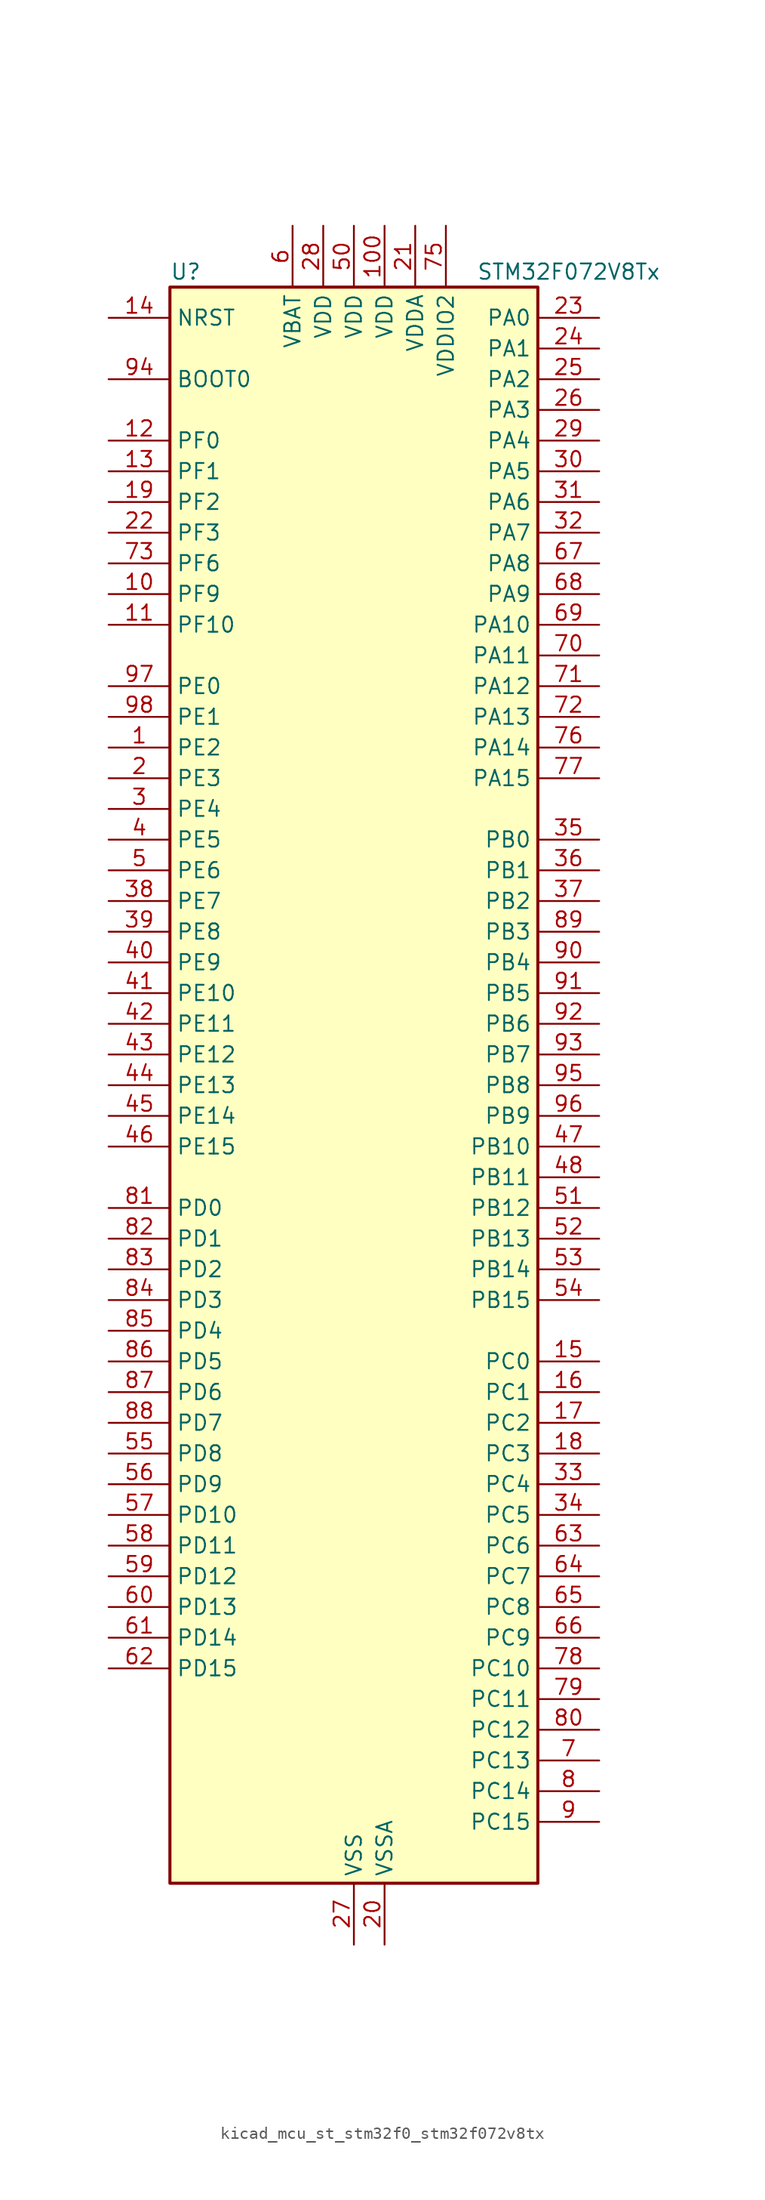
<source format=kicad_sym>
(kicad_symbol_lib
  (version 20220914)
  (generator kicad_symbol_editor)
  (symbol "kicad_mcu_st_stm32f0_stm32f072v8tx"
    (property "Reference" "U"
      (at -15.24 67.31 0)
      (effects (font (size 1.27 1.27)) (justify left)))
    (property "Value" "STM32F072V8Tx"
      (at 10.16 67.31 0)
      (effects (font (size 1.27 1.27)) (justify left)))
    (property "ki_locked" ""
      (at 0 0 0)
      (effects (font (size 1.27 1.27))))
    (symbol "kicad_mcu_st_stm32f0_stm32f072v8tx_0_1"
      (rectangle (start -15.24 -66.04) (end 15.24 66.04) (stroke (width 0.254) (type default)) (fill (type background))))
    (symbol "kicad_mcu_st_stm32f0_stm32f072v8tx_1_1"
      (pin bidirectional line (at -20.32 27.94 0) (length 5.08) (name "PE2" (effects (font (size 1.27 1.27)))) (number "1" (effects (font (size 1.27 1.27)))) (alternate "TIM3_ETR" bidirectional line) (alternate "TSC_G7_IO1" bidirectional line))
      (pin bidirectional line (at -20.32 40.64 0) (length 5.08) (name "PF9" (effects (font (size 1.27 1.27)))) (number "10" (effects (font (size 1.27 1.27)))) (alternate "DAC_EXTI9" bidirectional line) (alternate "TIM15_CH1" bidirectional line))
      (pin power_in line (at 2.54 71.12 270) (length 5.08) (name "VDD" (effects (font (size 1.27 1.27)))) (number "100" (effects (font (size 1.27 1.27)))))
      (pin bidirectional line (at -20.32 38.1 0) (length 5.08) (name "PF10" (effects (font (size 1.27 1.27)))) (number "11" (effects (font (size 1.27 1.27)))) (alternate "TIM15_CH2" bidirectional line))
      (pin bidirectional line (at -20.32 53.34 0) (length 5.08) (name "PF0" (effects (font (size 1.27 1.27)))) (number "12" (effects (font (size 1.27 1.27)))) (alternate "CRS_SYNC" bidirectional line) (alternate "RCC_OSC_IN" bidirectional line))
      (pin bidirectional line (at -20.32 50.8 0) (length 5.08) (name "PF1" (effects (font (size 1.27 1.27)))) (number "13" (effects (font (size 1.27 1.27)))) (alternate "RCC_OSC_OUT" bidirectional line))
      (pin input line (at -20.32 63.5 0) (length 5.08) (name "NRST" (effects (font (size 1.27 1.27)))) (number "14" (effects (font (size 1.27 1.27)))))
      (pin bidirectional line (at 20.32 -22.86 180) (length 5.08) (name "PC0" (effects (font (size 1.27 1.27)))) (number "15" (effects (font (size 1.27 1.27)))) (alternate "ADC_IN10" bidirectional line))
      (pin bidirectional line (at 20.32 -25.4 180) (length 5.08) (name "PC1" (effects (font (size 1.27 1.27)))) (number "16" (effects (font (size 1.27 1.27)))) (alternate "ADC_IN11" bidirectional line))
      (pin bidirectional line (at 20.32 -27.94 180) (length 5.08) (name "PC2" (effects (font (size 1.27 1.27)))) (number "17" (effects (font (size 1.27 1.27)))) (alternate "ADC_IN12" bidirectional line) (alternate "I2S2_MCK" bidirectional line) (alternate "SPI2_MISO" bidirectional line))
      (pin bidirectional line (at 20.32 -30.48 180) (length 5.08) (name "PC3" (effects (font (size 1.27 1.27)))) (number "18" (effects (font (size 1.27 1.27)))) (alternate "ADC_IN13" bidirectional line) (alternate "I2S2_SD" bidirectional line) (alternate "SPI2_MOSI" bidirectional line))
      (pin bidirectional line (at -20.32 48.26 0) (length 5.08) (name "PF2" (effects (font (size 1.27 1.27)))) (number "19" (effects (font (size 1.27 1.27)))) (alternate "SYS_WKUP8" bidirectional line))
      (pin bidirectional line (at -20.32 25.4 0) (length 5.08) (name "PE3" (effects (font (size 1.27 1.27)))) (number "2" (effects (font (size 1.27 1.27)))) (alternate "TIM3_CH1" bidirectional line) (alternate "TSC_G7_IO2" bidirectional line))
      (pin power_in line (at 2.54 -71.12 90) (length 5.08) (name "VSSA" (effects (font (size 1.27 1.27)))) (number "20" (effects (font (size 1.27 1.27)))))
      (pin power_in line (at 5.08 71.12 270) (length 5.08) (name "VDDA" (effects (font (size 1.27 1.27)))) (number "21" (effects (font (size 1.27 1.27)))))
      (pin bidirectional line (at -20.32 45.72 0) (length 5.08) (name "PF3" (effects (font (size 1.27 1.27)))) (number "22" (effects (font (size 1.27 1.27)))))
      (pin bidirectional line (at 20.32 63.5 180) (length 5.08) (name "PA0" (effects (font (size 1.27 1.27)))) (number "23" (effects (font (size 1.27 1.27)))) (alternate "ADC_IN0" bidirectional line) (alternate "COMP1_INM" bidirectional line) (alternate "COMP1_OUT" bidirectional line) (alternate "RTC_TAMP2" bidirectional line) (alternate "SYS_WKUP1" bidirectional line) (alternate "TIM2_CH1" bidirectional line) (alternate "TIM2_ETR" bidirectional line) (alternate "TSC_G1_IO1" bidirectional line) (alternate "USART2_CTS" bidirectional line) (alternate "USART4_TX" bidirectional line))
      (pin bidirectional line (at 20.32 60.96 180) (length 5.08) (name "PA1" (effects (font (size 1.27 1.27)))) (number "24" (effects (font (size 1.27 1.27)))) (alternate "ADC_IN1" bidirectional line) (alternate "COMP1_INP" bidirectional line) (alternate "TIM15_CH1N" bidirectional line) (alternate "TIM2_CH2" bidirectional line) (alternate "TSC_G1_IO2" bidirectional line) (alternate "USART2_DE" bidirectional line) (alternate "USART2_RTS" bidirectional line) (alternate "USART4_RX" bidirectional line))
      (pin bidirectional line (at 20.32 58.42 180) (length 5.08) (name "PA2" (effects (font (size 1.27 1.27)))) (number "25" (effects (font (size 1.27 1.27)))) (alternate "ADC_IN2" bidirectional line) (alternate "COMP2_INM" bidirectional line) (alternate "COMP2_OUT" bidirectional line) (alternate "SYS_WKUP4" bidirectional line) (alternate "TIM15_CH1" bidirectional line) (alternate "TIM2_CH3" bidirectional line) (alternate "TSC_G1_IO3" bidirectional line) (alternate "USART2_TX" bidirectional line))
      (pin bidirectional line (at 20.32 55.88 180) (length 5.08) (name "PA3" (effects (font (size 1.27 1.27)))) (number "26" (effects (font (size 1.27 1.27)))) (alternate "ADC_IN3" bidirectional line) (alternate "COMP2_INP" bidirectional line) (alternate "TIM15_CH2" bidirectional line) (alternate "TIM2_CH4" bidirectional line) (alternate "TSC_G1_IO4" bidirectional line) (alternate "USART2_RX" bidirectional line))
      (pin power_in line (at 0 -71.12 90) (length 5.08) (name "VSS" (effects (font (size 1.27 1.27)))) (number "27" (effects (font (size 1.27 1.27)))))
      (pin power_in line (at -2.54 71.12 270) (length 5.08) (name "VDD" (effects (font (size 1.27 1.27)))) (number "28" (effects (font (size 1.27 1.27)))))
      (pin bidirectional line (at 20.32 53.34 180) (length 5.08) (name "PA4" (effects (font (size 1.27 1.27)))) (number "29" (effects (font (size 1.27 1.27)))) (alternate "ADC_IN4" bidirectional line) (alternate "COMP1_INM" bidirectional line) (alternate "COMP2_INM" bidirectional line) (alternate "DAC_OUT1" bidirectional line) (alternate "I2S1_WS" bidirectional line) (alternate "SPI1_NSS" bidirectional line) (alternate "TIM14_CH1" bidirectional line) (alternate "TSC_G2_IO1" bidirectional line) (alternate "USART2_CK" bidirectional line))
      (pin bidirectional line (at -20.32 22.86 0) (length 5.08) (name "PE4" (effects (font (size 1.27 1.27)))) (number "3" (effects (font (size 1.27 1.27)))) (alternate "TIM3_CH2" bidirectional line) (alternate "TSC_G7_IO3" bidirectional line))
      (pin bidirectional line (at 20.32 50.8 180) (length 5.08) (name "PA5" (effects (font (size 1.27 1.27)))) (number "30" (effects (font (size 1.27 1.27)))) (alternate "ADC_IN5" bidirectional line) (alternate "CEC" bidirectional line) (alternate "COMP1_INM" bidirectional line) (alternate "COMP2_INM" bidirectional line) (alternate "DAC_OUT2" bidirectional line) (alternate "I2S1_CK" bidirectional line) (alternate "SPI1_SCK" bidirectional line) (alternate "TIM2_CH1" bidirectional line) (alternate "TIM2_ETR" bidirectional line) (alternate "TSC_G2_IO2" bidirectional line))
      (pin bidirectional line (at 20.32 48.26 180) (length 5.08) (name "PA6" (effects (font (size 1.27 1.27)))) (number "31" (effects (font (size 1.27 1.27)))) (alternate "ADC_IN6" bidirectional line) (alternate "COMP1_OUT" bidirectional line) (alternate "I2S1_MCK" bidirectional line) (alternate "SPI1_MISO" bidirectional line) (alternate "TIM16_CH1" bidirectional line) (alternate "TIM1_BKIN" bidirectional line) (alternate "TIM3_CH1" bidirectional line) (alternate "TSC_G2_IO3" bidirectional line) (alternate "USART3_CTS" bidirectional line))
      (pin bidirectional line (at 20.32 45.72 180) (length 5.08) (name "PA7" (effects (font (size 1.27 1.27)))) (number "32" (effects (font (size 1.27 1.27)))) (alternate "ADC_IN7" bidirectional line) (alternate "COMP2_OUT" bidirectional line) (alternate "I2S1_SD" bidirectional line) (alternate "SPI1_MOSI" bidirectional line) (alternate "TIM14_CH1" bidirectional line) (alternate "TIM17_CH1" bidirectional line) (alternate "TIM1_CH1N" bidirectional line) (alternate "TIM3_CH2" bidirectional line) (alternate "TSC_G2_IO4" bidirectional line))
      (pin bidirectional line (at 20.32 -33.02 180) (length 5.08) (name "PC4" (effects (font (size 1.27 1.27)))) (number "33" (effects (font (size 1.27 1.27)))) (alternate "ADC_IN14" bidirectional line) (alternate "USART3_TX" bidirectional line))
      (pin bidirectional line (at 20.32 -35.56 180) (length 5.08) (name "PC5" (effects (font (size 1.27 1.27)))) (number "34" (effects (font (size 1.27 1.27)))) (alternate "ADC_IN15" bidirectional line) (alternate "SYS_WKUP5" bidirectional line) (alternate "TSC_G3_IO1" bidirectional line) (alternate "USART3_RX" bidirectional line))
      (pin bidirectional line (at 20.32 20.32 180) (length 5.08) (name "PB0" (effects (font (size 1.27 1.27)))) (number "35" (effects (font (size 1.27 1.27)))) (alternate "ADC_IN8" bidirectional line) (alternate "TIM1_CH2N" bidirectional line) (alternate "TIM3_CH3" bidirectional line) (alternate "TSC_G3_IO2" bidirectional line) (alternate "USART3_CK" bidirectional line))
      (pin bidirectional line (at 20.32 17.78 180) (length 5.08) (name "PB1" (effects (font (size 1.27 1.27)))) (number "36" (effects (font (size 1.27 1.27)))) (alternate "ADC_IN9" bidirectional line) (alternate "TIM14_CH1" bidirectional line) (alternate "TIM1_CH3N" bidirectional line) (alternate "TIM3_CH4" bidirectional line) (alternate "TSC_G3_IO3" bidirectional line) (alternate "USART3_DE" bidirectional line) (alternate "USART3_RTS" bidirectional line))
      (pin bidirectional line (at 20.32 15.24 180) (length 5.08) (name "PB2" (effects (font (size 1.27 1.27)))) (number "37" (effects (font (size 1.27 1.27)))) (alternate "TSC_G3_IO4" bidirectional line))
      (pin bidirectional line (at -20.32 15.24 0) (length 5.08) (name "PE7" (effects (font (size 1.27 1.27)))) (number "38" (effects (font (size 1.27 1.27)))) (alternate "TIM1_ETR" bidirectional line))
      (pin bidirectional line (at -20.32 12.7 0) (length 5.08) (name "PE8" (effects (font (size 1.27 1.27)))) (number "39" (effects (font (size 1.27 1.27)))) (alternate "TIM1_CH1N" bidirectional line))
      (pin bidirectional line (at -20.32 20.32 0) (length 5.08) (name "PE5" (effects (font (size 1.27 1.27)))) (number "4" (effects (font (size 1.27 1.27)))) (alternate "TIM3_CH3" bidirectional line) (alternate "TSC_G7_IO4" bidirectional line))
      (pin bidirectional line (at -20.32 10.16 0) (length 5.08) (name "PE9" (effects (font (size 1.27 1.27)))) (number "40" (effects (font (size 1.27 1.27)))) (alternate "DAC_EXTI9" bidirectional line) (alternate "TIM1_CH1" bidirectional line))
      (pin bidirectional line (at -20.32 7.62 0) (length 5.08) (name "PE10" (effects (font (size 1.27 1.27)))) (number "41" (effects (font (size 1.27 1.27)))) (alternate "TIM1_CH2N" bidirectional line))
      (pin bidirectional line (at -20.32 5.08 0) (length 5.08) (name "PE11" (effects (font (size 1.27 1.27)))) (number "42" (effects (font (size 1.27 1.27)))) (alternate "TIM1_CH2" bidirectional line))
      (pin bidirectional line (at -20.32 2.54 0) (length 5.08) (name "PE12" (effects (font (size 1.27 1.27)))) (number "43" (effects (font (size 1.27 1.27)))) (alternate "I2S1_WS" bidirectional line) (alternate "SPI1_NSS" bidirectional line) (alternate "TIM1_CH3N" bidirectional line))
      (pin bidirectional line (at -20.32 0 0) (length 5.08) (name "PE13" (effects (font (size 1.27 1.27)))) (number "44" (effects (font (size 1.27 1.27)))) (alternate "I2S1_CK" bidirectional line) (alternate "SPI1_SCK" bidirectional line) (alternate "TIM1_CH3" bidirectional line))
      (pin bidirectional line (at -20.32 -2.54 0) (length 5.08) (name "PE14" (effects (font (size 1.27 1.27)))) (number "45" (effects (font (size 1.27 1.27)))) (alternate "I2S1_MCK" bidirectional line) (alternate "SPI1_MISO" bidirectional line) (alternate "TIM1_CH4" bidirectional line))
      (pin bidirectional line (at -20.32 -5.08 0) (length 5.08) (name "PE15" (effects (font (size 1.27 1.27)))) (number "46" (effects (font (size 1.27 1.27)))) (alternate "I2S1_SD" bidirectional line) (alternate "SPI1_MOSI" bidirectional line) (alternate "TIM1_BKIN" bidirectional line))
      (pin bidirectional line (at 20.32 -5.08 180) (length 5.08) (name "PB10" (effects (font (size 1.27 1.27)))) (number "47" (effects (font (size 1.27 1.27)))) (alternate "CEC" bidirectional line) (alternate "I2C2_SCL" bidirectional line) (alternate "I2S2_CK" bidirectional line) (alternate "SPI2_SCK" bidirectional line) (alternate "TIM2_CH3" bidirectional line) (alternate "TSC_SYNC" bidirectional line) (alternate "USART3_TX" bidirectional line))
      (pin bidirectional line (at 20.32 -7.62 180) (length 5.08) (name "PB11" (effects (font (size 1.27 1.27)))) (number "48" (effects (font (size 1.27 1.27)))) (alternate "I2C2_SDA" bidirectional line) (alternate "TIM2_CH4" bidirectional line) (alternate "TSC_G6_IO1" bidirectional line) (alternate "USART3_RX" bidirectional line))
      (pin passive line (at 0 -71.12 90) (length 5.08) hide (name "VSS" (effects (font (size 1.27 1.27)))) (number "49" (effects (font (size 1.27 1.27)))))
      (pin bidirectional line (at -20.32 17.78 0) (length 5.08) (name "PE6" (effects (font (size 1.27 1.27)))) (number "5" (effects (font (size 1.27 1.27)))) (alternate "RTC_TAMP3" bidirectional line) (alternate "SYS_WKUP3" bidirectional line) (alternate "TIM3_CH4" bidirectional line))
      (pin power_in line (at 0 71.12 270) (length 5.08) (name "VDD" (effects (font (size 1.27 1.27)))) (number "50" (effects (font (size 1.27 1.27)))))
      (pin bidirectional line (at 20.32 -10.16 180) (length 5.08) (name "PB12" (effects (font (size 1.27 1.27)))) (number "51" (effects (font (size 1.27 1.27)))) (alternate "I2S2_WS" bidirectional line) (alternate "SPI2_NSS" bidirectional line) (alternate "TIM15_BKIN" bidirectional line) (alternate "TIM1_BKIN" bidirectional line) (alternate "TSC_G6_IO2" bidirectional line) (alternate "USART3_CK" bidirectional line))
      (pin bidirectional line (at 20.32 -12.7 180) (length 5.08) (name "PB13" (effects (font (size 1.27 1.27)))) (number "52" (effects (font (size 1.27 1.27)))) (alternate "I2C2_SCL" bidirectional line) (alternate "I2S2_CK" bidirectional line) (alternate "SPI2_SCK" bidirectional line) (alternate "TIM1_CH1N" bidirectional line) (alternate "TSC_G6_IO3" bidirectional line) (alternate "USART3_CTS" bidirectional line))
      (pin bidirectional line (at 20.32 -15.24 180) (length 5.08) (name "PB14" (effects (font (size 1.27 1.27)))) (number "53" (effects (font (size 1.27 1.27)))) (alternate "I2C2_SDA" bidirectional line) (alternate "I2S2_MCK" bidirectional line) (alternate "SPI2_MISO" bidirectional line) (alternate "TIM15_CH1" bidirectional line) (alternate "TIM1_CH2N" bidirectional line) (alternate "TSC_G6_IO4" bidirectional line) (alternate "USART3_DE" bidirectional line) (alternate "USART3_RTS" bidirectional line))
      (pin bidirectional line (at 20.32 -17.78 180) (length 5.08) (name "PB15" (effects (font (size 1.27 1.27)))) (number "54" (effects (font (size 1.27 1.27)))) (alternate "I2S2_SD" bidirectional line) (alternate "RTC_REFIN" bidirectional line) (alternate "SPI2_MOSI" bidirectional line) (alternate "SYS_WKUP7" bidirectional line) (alternate "TIM15_CH1N" bidirectional line) (alternate "TIM15_CH2" bidirectional line) (alternate "TIM1_CH3N" bidirectional line))
      (pin bidirectional line (at -20.32 -30.48 0) (length 5.08) (name "PD8" (effects (font (size 1.27 1.27)))) (number "55" (effects (font (size 1.27 1.27)))) (alternate "USART3_TX" bidirectional line))
      (pin bidirectional line (at -20.32 -33.02 0) (length 5.08) (name "PD9" (effects (font (size 1.27 1.27)))) (number "56" (effects (font (size 1.27 1.27)))) (alternate "DAC_EXTI9" bidirectional line) (alternate "USART3_RX" bidirectional line))
      (pin bidirectional line (at -20.32 -35.56 0) (length 5.08) (name "PD10" (effects (font (size 1.27 1.27)))) (number "57" (effects (font (size 1.27 1.27)))) (alternate "USART3_CK" bidirectional line))
      (pin bidirectional line (at -20.32 -38.1 0) (length 5.08) (name "PD11" (effects (font (size 1.27 1.27)))) (number "58" (effects (font (size 1.27 1.27)))) (alternate "USART3_CTS" bidirectional line))
      (pin bidirectional line (at -20.32 -40.64 0) (length 5.08) (name "PD12" (effects (font (size 1.27 1.27)))) (number "59" (effects (font (size 1.27 1.27)))) (alternate "TSC_G8_IO1" bidirectional line) (alternate "USART3_DE" bidirectional line) (alternate "USART3_RTS" bidirectional line))
      (pin power_in line (at -5.08 71.12 270) (length 5.08) (name "VBAT" (effects (font (size 1.27 1.27)))) (number "6" (effects (font (size 1.27 1.27)))))
      (pin bidirectional line (at -20.32 -43.18 0) (length 5.08) (name "PD13" (effects (font (size 1.27 1.27)))) (number "60" (effects (font (size 1.27 1.27)))) (alternate "TSC_G8_IO2" bidirectional line))
      (pin bidirectional line (at -20.32 -45.72 0) (length 5.08) (name "PD14" (effects (font (size 1.27 1.27)))) (number "61" (effects (font (size 1.27 1.27)))) (alternate "TSC_G8_IO3" bidirectional line))
      (pin bidirectional line (at -20.32 -48.26 0) (length 5.08) (name "PD15" (effects (font (size 1.27 1.27)))) (number "62" (effects (font (size 1.27 1.27)))) (alternate "CRS_SYNC" bidirectional line) (alternate "TSC_G8_IO4" bidirectional line))
      (pin bidirectional line (at 20.32 -38.1 180) (length 5.08) (name "PC6" (effects (font (size 1.27 1.27)))) (number "63" (effects (font (size 1.27 1.27)))) (alternate "TIM3_CH1" bidirectional line))
      (pin bidirectional line (at 20.32 -40.64 180) (length 5.08) (name "PC7" (effects (font (size 1.27 1.27)))) (number "64" (effects (font (size 1.27 1.27)))) (alternate "TIM3_CH2" bidirectional line))
      (pin bidirectional line (at 20.32 -43.18 180) (length 5.08) (name "PC8" (effects (font (size 1.27 1.27)))) (number "65" (effects (font (size 1.27 1.27)))) (alternate "TIM3_CH3" bidirectional line))
      (pin bidirectional line (at 20.32 -45.72 180) (length 5.08) (name "PC9" (effects (font (size 1.27 1.27)))) (number "66" (effects (font (size 1.27 1.27)))) (alternate "DAC_EXTI9" bidirectional line) (alternate "TIM3_CH4" bidirectional line))
      (pin bidirectional line (at 20.32 43.18 180) (length 5.08) (name "PA8" (effects (font (size 1.27 1.27)))) (number "67" (effects (font (size 1.27 1.27)))) (alternate "CRS_SYNC" bidirectional line) (alternate "RCC_MCO" bidirectional line) (alternate "TIM1_CH1" bidirectional line) (alternate "USART1_CK" bidirectional line))
      (pin bidirectional line (at 20.32 40.64 180) (length 5.08) (name "PA9" (effects (font (size 1.27 1.27)))) (number "68" (effects (font (size 1.27 1.27)))) (alternate "DAC_EXTI9" bidirectional line) (alternate "TIM15_BKIN" bidirectional line) (alternate "TIM1_CH2" bidirectional line) (alternate "TSC_G4_IO1" bidirectional line) (alternate "USART1_TX" bidirectional line))
      (pin bidirectional line (at 20.32 38.1 180) (length 5.08) (name "PA10" (effects (font (size 1.27 1.27)))) (number "69" (effects (font (size 1.27 1.27)))) (alternate "TIM17_BKIN" bidirectional line) (alternate "TIM1_CH3" bidirectional line) (alternate "TSC_G4_IO2" bidirectional line) (alternate "USART1_RX" bidirectional line))
      (pin bidirectional line (at 20.32 -55.88 180) (length 5.08) (name "PC13" (effects (font (size 1.27 1.27)))) (number "7" (effects (font (size 1.27 1.27)))) (alternate "RTC_OUT_ALARM" bidirectional line) (alternate "RTC_OUT_CALIB" bidirectional line) (alternate "RTC_TAMP1" bidirectional line) (alternate "RTC_TS" bidirectional line) (alternate "SYS_WKUP2" bidirectional line))
      (pin bidirectional line (at 20.32 35.56 180) (length 5.08) (name "PA11" (effects (font (size 1.27 1.27)))) (number "70" (effects (font (size 1.27 1.27)))) (alternate "CAN_RX" bidirectional line) (alternate "COMP1_OUT" bidirectional line) (alternate "TIM1_CH4" bidirectional line) (alternate "TSC_G4_IO3" bidirectional line) (alternate "USART1_CTS" bidirectional line) (alternate "USB_DM" bidirectional line))
      (pin bidirectional line (at 20.32 33.02 180) (length 5.08) (name "PA12" (effects (font (size 1.27 1.27)))) (number "71" (effects (font (size 1.27 1.27)))) (alternate "CAN_TX" bidirectional line) (alternate "COMP2_OUT" bidirectional line) (alternate "TIM1_ETR" bidirectional line) (alternate "TSC_G4_IO4" bidirectional line) (alternate "USART1_DE" bidirectional line) (alternate "USART1_RTS" bidirectional line) (alternate "USB_DP" bidirectional line))
      (pin bidirectional line (at 20.32 30.48 180) (length 5.08) (name "PA13" (effects (font (size 1.27 1.27)))) (number "72" (effects (font (size 1.27 1.27)))) (alternate "IR_OUT" bidirectional line) (alternate "SYS_SWDIO" bidirectional line) (alternate "USB_NOE" bidirectional line))
      (pin bidirectional line (at -20.32 43.18 0) (length 5.08) (name "PF6" (effects (font (size 1.27 1.27)))) (number "73" (effects (font (size 1.27 1.27)))))
      (pin passive line (at 0 -71.12 90) (length 5.08) hide (name "VSS" (effects (font (size 1.27 1.27)))) (number "74" (effects (font (size 1.27 1.27)))))
      (pin power_in line (at 7.62 71.12 270) (length 5.08) (name "VDDIO2" (effects (font (size 1.27 1.27)))) (number "75" (effects (font (size 1.27 1.27)))))
      (pin bidirectional line (at 20.32 27.94 180) (length 5.08) (name "PA14" (effects (font (size 1.27 1.27)))) (number "76" (effects (font (size 1.27 1.27)))) (alternate "SYS_SWCLK" bidirectional line) (alternate "USART2_TX" bidirectional line))
      (pin bidirectional line (at 20.32 25.4 180) (length 5.08) (name "PA15" (effects (font (size 1.27 1.27)))) (number "77" (effects (font (size 1.27 1.27)))) (alternate "I2S1_WS" bidirectional line) (alternate "SPI1_NSS" bidirectional line) (alternate "TIM2_CH1" bidirectional line) (alternate "TIM2_ETR" bidirectional line) (alternate "USART2_RX" bidirectional line) (alternate "USART4_DE" bidirectional line) (alternate "USART4_RTS" bidirectional line))
      (pin bidirectional line (at 20.32 -48.26 180) (length 5.08) (name "PC10" (effects (font (size 1.27 1.27)))) (number "78" (effects (font (size 1.27 1.27)))) (alternate "USART3_TX" bidirectional line) (alternate "USART4_TX" bidirectional line))
      (pin bidirectional line (at 20.32 -50.8 180) (length 5.08) (name "PC11" (effects (font (size 1.27 1.27)))) (number "79" (effects (font (size 1.27 1.27)))) (alternate "USART3_RX" bidirectional line) (alternate "USART4_RX" bidirectional line))
      (pin bidirectional line (at 20.32 -58.42 180) (length 5.08) (name "PC14" (effects (font (size 1.27 1.27)))) (number "8" (effects (font (size 1.27 1.27)))) (alternate "RCC_OSC32_IN" bidirectional line))
      (pin bidirectional line (at 20.32 -53.34 180) (length 5.08) (name "PC12" (effects (font (size 1.27 1.27)))) (number "80" (effects (font (size 1.27 1.27)))) (alternate "USART3_CK" bidirectional line) (alternate "USART4_CK" bidirectional line))
      (pin bidirectional line (at -20.32 -10.16 0) (length 5.08) (name "PD0" (effects (font (size 1.27 1.27)))) (number "81" (effects (font (size 1.27 1.27)))) (alternate "CAN_RX" bidirectional line) (alternate "I2S2_WS" bidirectional line) (alternate "SPI2_NSS" bidirectional line))
      (pin bidirectional line (at -20.32 -12.7 0) (length 5.08) (name "PD1" (effects (font (size 1.27 1.27)))) (number "82" (effects (font (size 1.27 1.27)))) (alternate "CAN_TX" bidirectional line) (alternate "I2S2_CK" bidirectional line) (alternate "SPI2_SCK" bidirectional line))
      (pin bidirectional line (at -20.32 -15.24 0) (length 5.08) (name "PD2" (effects (font (size 1.27 1.27)))) (number "83" (effects (font (size 1.27 1.27)))) (alternate "TIM3_ETR" bidirectional line) (alternate "USART3_DE" bidirectional line) (alternate "USART3_RTS" bidirectional line))
      (pin bidirectional line (at -20.32 -17.78 0) (length 5.08) (name "PD3" (effects (font (size 1.27 1.27)))) (number "84" (effects (font (size 1.27 1.27)))) (alternate "I2S2_MCK" bidirectional line) (alternate "SPI2_MISO" bidirectional line) (alternate "USART2_CTS" bidirectional line))
      (pin bidirectional line (at -20.32 -20.32 0) (length 5.08) (name "PD4" (effects (font (size 1.27 1.27)))) (number "85" (effects (font (size 1.27 1.27)))) (alternate "I2S2_SD" bidirectional line) (alternate "SPI2_MOSI" bidirectional line) (alternate "USART2_DE" bidirectional line) (alternate "USART2_RTS" bidirectional line))
      (pin bidirectional line (at -20.32 -22.86 0) (length 5.08) (name "PD5" (effects (font (size 1.27 1.27)))) (number "86" (effects (font (size 1.27 1.27)))) (alternate "USART2_TX" bidirectional line))
      (pin bidirectional line (at -20.32 -25.4 0) (length 5.08) (name "PD6" (effects (font (size 1.27 1.27)))) (number "87" (effects (font (size 1.27 1.27)))) (alternate "USART2_RX" bidirectional line))
      (pin bidirectional line (at -20.32 -27.94 0) (length 5.08) (name "PD7" (effects (font (size 1.27 1.27)))) (number "88" (effects (font (size 1.27 1.27)))) (alternate "USART2_CK" bidirectional line))
      (pin bidirectional line (at 20.32 12.7 180) (length 5.08) (name "PB3" (effects (font (size 1.27 1.27)))) (number "89" (effects (font (size 1.27 1.27)))) (alternate "I2S1_CK" bidirectional line) (alternate "SPI1_SCK" bidirectional line) (alternate "TIM2_CH2" bidirectional line) (alternate "TSC_G5_IO1" bidirectional line))
      (pin bidirectional line (at 20.32 -60.96 180) (length 5.08) (name "PC15" (effects (font (size 1.27 1.27)))) (number "9" (effects (font (size 1.27 1.27)))) (alternate "RCC_OSC32_OUT" bidirectional line))
      (pin bidirectional line (at 20.32 10.16 180) (length 5.08) (name "PB4" (effects (font (size 1.27 1.27)))) (number "90" (effects (font (size 1.27 1.27)))) (alternate "I2S1_MCK" bidirectional line) (alternate "SPI1_MISO" bidirectional line) (alternate "TIM17_BKIN" bidirectional line) (alternate "TIM3_CH1" bidirectional line) (alternate "TSC_G5_IO2" bidirectional line))
      (pin bidirectional line (at 20.32 7.62 180) (length 5.08) (name "PB5" (effects (font (size 1.27 1.27)))) (number "91" (effects (font (size 1.27 1.27)))) (alternate "I2C1_SMBA" bidirectional line) (alternate "I2S1_SD" bidirectional line) (alternate "SPI1_MOSI" bidirectional line) (alternate "SYS_WKUP6" bidirectional line) (alternate "TIM16_BKIN" bidirectional line) (alternate "TIM3_CH2" bidirectional line))
      (pin bidirectional line (at 20.32 5.08 180) (length 5.08) (name "PB6" (effects (font (size 1.27 1.27)))) (number "92" (effects (font (size 1.27 1.27)))) (alternate "I2C1_SCL" bidirectional line) (alternate "TIM16_CH1N" bidirectional line) (alternate "TSC_G5_IO3" bidirectional line) (alternate "USART1_TX" bidirectional line))
      (pin bidirectional line (at 20.32 2.54 180) (length 5.08) (name "PB7" (effects (font (size 1.27 1.27)))) (number "93" (effects (font (size 1.27 1.27)))) (alternate "I2C1_SDA" bidirectional line) (alternate "TIM17_CH1N" bidirectional line) (alternate "TSC_G5_IO4" bidirectional line) (alternate "USART1_RX" bidirectional line) (alternate "USART4_CTS" bidirectional line))
      (pin input line (at -20.32 58.42 0) (length 5.08) (name "BOOT0" (effects (font (size 1.27 1.27)))) (number "94" (effects (font (size 1.27 1.27)))))
      (pin bidirectional line (at 20.32 0 180) (length 5.08) (name "PB8" (effects (font (size 1.27 1.27)))) (number "95" (effects (font (size 1.27 1.27)))) (alternate "CAN_RX" bidirectional line) (alternate "CEC" bidirectional line) (alternate "I2C1_SCL" bidirectional line) (alternate "TIM16_CH1" bidirectional line) (alternate "TSC_SYNC" bidirectional line))
      (pin bidirectional line (at 20.32 -2.54 180) (length 5.08) (name "PB9" (effects (font (size 1.27 1.27)))) (number "96" (effects (font (size 1.27 1.27)))) (alternate "CAN_TX" bidirectional line) (alternate "DAC_EXTI9" bidirectional line) (alternate "I2C1_SDA" bidirectional line) (alternate "I2S2_WS" bidirectional line) (alternate "IR_OUT" bidirectional line) (alternate "SPI2_NSS" bidirectional line) (alternate "TIM17_CH1" bidirectional line))
      (pin bidirectional line (at -20.32 33.02 0) (length 5.08) (name "PE0" (effects (font (size 1.27 1.27)))) (number "97" (effects (font (size 1.27 1.27)))) (alternate "TIM16_CH1" bidirectional line))
      (pin bidirectional line (at -20.32 30.48 0) (length 5.08) (name "PE1" (effects (font (size 1.27 1.27)))) (number "98" (effects (font (size 1.27 1.27)))) (alternate "TIM17_CH1" bidirectional line))
      (pin passive line (at 0 -71.12 90) (length 5.08) hide (name "VSS" (effects (font (size 1.27 1.27)))) (number "99" (effects (font (size 1.27 1.27))))))))
</source>
